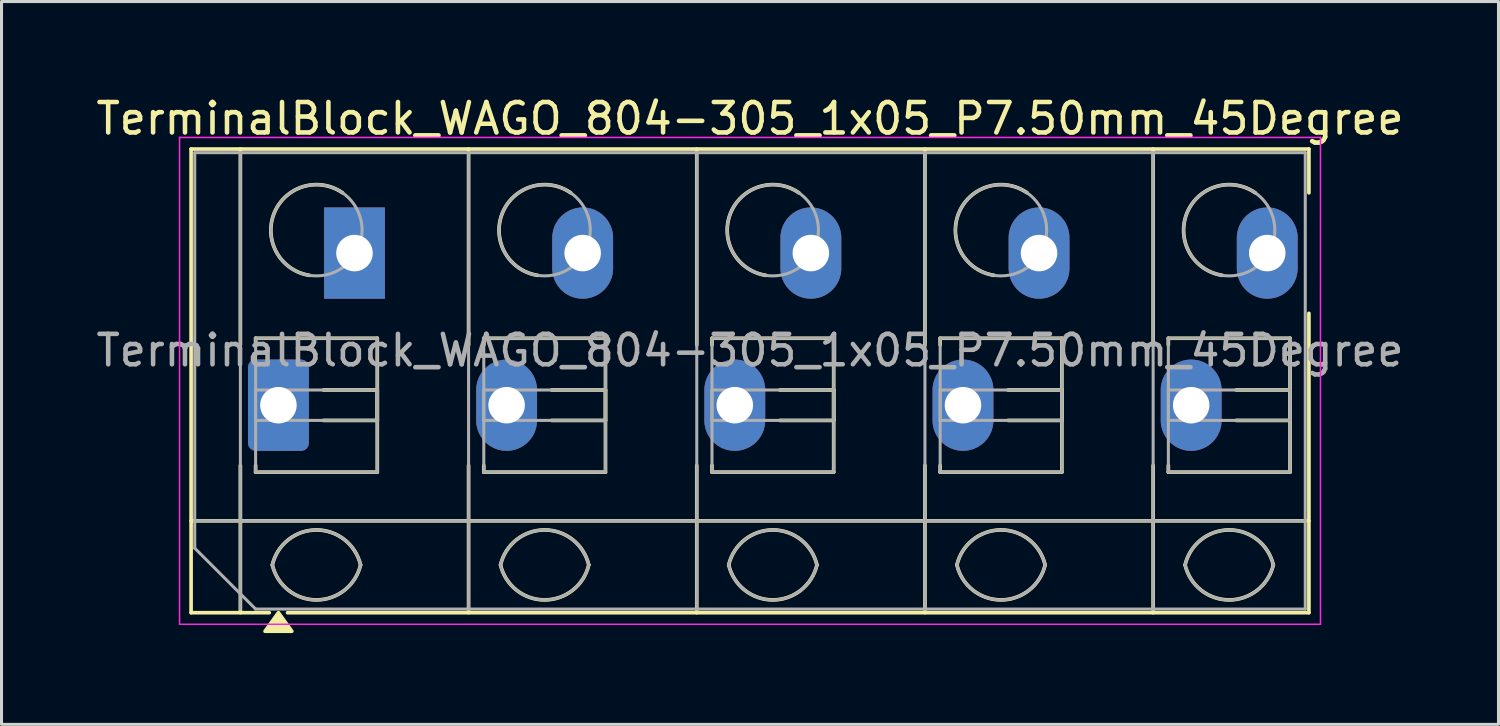
<source format=kicad_pcb>
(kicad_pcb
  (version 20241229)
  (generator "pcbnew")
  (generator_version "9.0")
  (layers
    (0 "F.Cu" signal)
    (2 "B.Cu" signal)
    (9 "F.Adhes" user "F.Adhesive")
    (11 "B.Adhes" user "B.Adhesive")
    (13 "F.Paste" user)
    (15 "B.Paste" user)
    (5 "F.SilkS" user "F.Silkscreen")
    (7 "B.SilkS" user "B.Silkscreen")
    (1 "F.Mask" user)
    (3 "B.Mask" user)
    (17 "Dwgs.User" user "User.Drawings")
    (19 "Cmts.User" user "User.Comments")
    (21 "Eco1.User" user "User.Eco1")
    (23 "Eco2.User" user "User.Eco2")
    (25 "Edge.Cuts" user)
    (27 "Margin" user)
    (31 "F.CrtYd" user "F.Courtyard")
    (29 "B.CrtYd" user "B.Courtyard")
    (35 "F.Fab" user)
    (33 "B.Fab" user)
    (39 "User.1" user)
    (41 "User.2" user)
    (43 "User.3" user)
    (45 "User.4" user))
  (footprint "TerminalBlock_WAGO_804-305_1x05_P7.50mm_45Degree"
    (layer "F.Cu")
    (at 6.101 10.268)
    (property "Reference" "TerminalBlock_WAGO_804-305_1x05_P7.50mm_45Degree" (at 15.5 -9.42 0) (layer "F.SilkS") (effects (font (size 1 1) (thickness 0.15))))
    (attr through_hole)
    (fp_line (start -2.87 -8.42) (end -2.87 6.82) (stroke (width 0.12) (type solid)) (layer "F.SilkS"))
    (fp_line (start -2.87 -8.42) (end 33.87 -8.42) (stroke (width 0.12) (type solid)) (layer "F.SilkS"))
    (fp_line (start -2.87 3.8) (end 33.87 3.8) (stroke (width 0.12) (type solid)) (layer "F.SilkS"))
    (fp_line (start -2.87 6.82) (end -0.3 6.82) (stroke (width 0.12) (type solid)) (layer "F.SilkS"))
    (fp_line (start -1.25 -8.42) (end -1.25 -1.98) (stroke (width 0.12) (type solid)) (layer "F.SilkS"))
    (fp_line (start -1.25 1.98) (end -1.25 6.82) (stroke (width 0.12) (type solid)) (layer "F.SilkS"))
    (fp_line (start -0.75 -2.2) (end -0.75 -1.98) (stroke (width 0.12) (type solid)) (layer "F.SilkS"))
    (fp_line (start -0.75 -2.2) (end 3.25 -2.2) (stroke (width 0.12) (type solid)) (layer "F.SilkS"))
    (fp_line (start -0.75 1.98) (end -0.75 2.2) (stroke (width 0.12) (type solid)) (layer "F.SilkS"))
    (fp_line (start -0.75 2.2) (end 3.25 2.2) (stroke (width 0.12) (type solid)) (layer "F.SilkS"))
    (fp_line (start 0.3 6.82) (end 33.87 6.82) (stroke (width 0.12) (type solid)) (layer "F.SilkS"))
    (fp_line (start 1.48 -0.5) (end 3.25 -0.5) (stroke (width 0.12) (type solid)) (layer "F.SilkS"))
    (fp_line (start 1.48 0.5) (end 3.25 0.5) (stroke (width 0.12) (type solid)) (layer "F.SilkS"))
    (fp_line (start 3.25 -2.2) (end 3.25 2.2) (stroke (width 0.12) (type solid)) (layer "F.SilkS"))
    (fp_line (start 3.25 -0.5) (end 3.25 0.5) (stroke (width 0.12) (type solid)) (layer "F.SilkS"))
    (fp_line (start 6.25 -8.42) (end 6.25 -1.98) (stroke (width 0.12) (type solid)) (layer "F.SilkS"))
    (fp_line (start 6.25 1.98) (end 6.25 6.82) (stroke (width 0.12) (type solid)) (layer "F.SilkS"))
    (fp_line (start 6.75 -2.2) (end 6.75 -1.98) (stroke (width 0.12) (type solid)) (layer "F.SilkS"))
    (fp_line (start 6.75 -2.2) (end 10.75 -2.2) (stroke (width 0.12) (type solid)) (layer "F.SilkS"))
    (fp_line (start 6.75 1.98) (end 6.75 2.2) (stroke (width 0.12) (type solid)) (layer "F.SilkS"))
    (fp_line (start 6.75 2.2) (end 10.75 2.2) (stroke (width 0.12) (type solid)) (layer "F.SilkS"))
    (fp_line (start 8.98 -0.5) (end 10.75 -0.5) (stroke (width 0.12) (type solid)) (layer "F.SilkS"))
    (fp_line (start 8.98 0.5) (end 10.75 0.5) (stroke (width 0.12) (type solid)) (layer "F.SilkS"))
    (fp_line (start 10.75 -2.2) (end 10.75 2.2) (stroke (width 0.12) (type solid)) (layer "F.SilkS"))
    (fp_line (start 10.75 -0.5) (end 10.75 0.5) (stroke (width 0.12) (type solid)) (layer "F.SilkS"))
    (fp_line (start 13.75 -8.42) (end 13.75 -1.98) (stroke (width 0.12) (type solid)) (layer "F.SilkS"))
    (fp_line (start 13.75 1.98) (end 13.75 6.82) (stroke (width 0.12) (type solid)) (layer "F.SilkS"))
    (fp_line (start 14.25 -2.2) (end 14.25 -1.98) (stroke (width 0.12) (type solid)) (layer "F.SilkS"))
    (fp_line (start 14.25 -2.2) (end 18.25 -2.2) (stroke (width 0.12) (type solid)) (layer "F.SilkS"))
    (fp_line (start 14.25 1.98) (end 14.25 2.2) (stroke (width 0.12) (type solid)) (layer "F.SilkS"))
    (fp_line (start 14.25 2.2) (end 18.25 2.2) (stroke (width 0.12) (type solid)) (layer "F.SilkS"))
    (fp_line (start 16.48 -0.5) (end 18.25 -0.5) (stroke (width 0.12) (type solid)) (layer "F.SilkS"))
    (fp_line (start 16.48 0.5) (end 18.25 0.5) (stroke (width 0.12) (type solid)) (layer "F.SilkS"))
    (fp_line (start 18.25 -2.2) (end 18.25 2.2) (stroke (width 0.12) (type solid)) (layer "F.SilkS"))
    (fp_line (start 18.25 -0.5) (end 18.25 0.5) (stroke (width 0.12) (type solid)) (layer "F.SilkS"))
    (fp_line (start 21.25 -8.42) (end 21.25 -1.98) (stroke (width 0.12) (type solid)) (layer "F.SilkS"))
    (fp_line (start 21.25 1.98) (end 21.25 6.82) (stroke (width 0.12) (type solid)) (layer "F.SilkS"))
    (fp_line (start 21.75 -2.2) (end 21.75 -1.98) (stroke (width 0.12) (type solid)) (layer "F.SilkS"))
    (fp_line (start 21.75 -2.2) (end 25.75 -2.2) (stroke (width 0.12) (type solid)) (layer "F.SilkS"))
    (fp_line (start 21.75 1.98) (end 21.75 2.2) (stroke (width 0.12) (type solid)) (layer "F.SilkS"))
    (fp_line (start 21.75 2.2) (end 25.75 2.2) (stroke (width 0.12) (type solid)) (layer "F.SilkS"))
    (fp_line (start 23.98 -0.5) (end 25.75 -0.5) (stroke (width 0.12) (type solid)) (layer "F.SilkS"))
    (fp_line (start 23.98 0.5) (end 25.75 0.5) (stroke (width 0.12) (type solid)) (layer "F.SilkS"))
    (fp_line (start 25.75 -2.2) (end 25.75 2.2) (stroke (width 0.12) (type solid)) (layer "F.SilkS"))
    (fp_line (start 25.75 -0.5) (end 25.75 0.5) (stroke (width 0.12) (type solid)) (layer "F.SilkS"))
    (fp_line (start 28.75 -8.42) (end 28.75 -1.98) (stroke (width 0.12) (type solid)) (layer "F.SilkS"))
    (fp_line (start 28.75 1.98) (end 28.75 6.82) (stroke (width 0.12) (type solid)) (layer "F.SilkS"))
    (fp_line (start 29.25 -2.2) (end 29.25 -1.98) (stroke (width 0.12) (type solid)) (layer "F.SilkS"))
    (fp_line (start 29.25 -2.2) (end 33.25 -2.2) (stroke (width 0.12) (type solid)) (layer "F.SilkS"))
    (fp_line (start 29.25 1.98) (end 29.25 2.2) (stroke (width 0.12) (type solid)) (layer "F.SilkS"))
    (fp_line (start 29.25 2.2) (end 33.25 2.2) (stroke (width 0.12) (type solid)) (layer "F.SilkS"))
    (fp_line (start 31.48 -0.5) (end 33.25 -0.5) (stroke (width 0.12) (type solid)) (layer "F.SilkS"))
    (fp_line (start 31.48 0.5) (end 33.25 0.5) (stroke (width 0.12) (type solid)) (layer "F.SilkS"))
    (fp_line (start 33.25 -2.2) (end 33.25 2.2) (stroke (width 0.12) (type solid)) (layer "F.SilkS"))
    (fp_line (start 33.25 -0.5) (end 33.25 0.5) (stroke (width 0.12) (type solid)) (layer "F.SilkS"))
    (fp_line (start 33.87 -8.42) (end 33.87 -6.98) (stroke (width 0.12) (type solid)) (layer "F.SilkS"))
    (fp_line (start 33.87 -3.02) (end 33.87 6.82) (stroke (width 0.12) (type solid)) (layer "F.SilkS"))
    (fp_arc (start -0.199942 5.249753) (mid 1.250127 4.099899) (end 2.7 5.25) (stroke (width 0.12) (type solid)) (layer "F.SilkS"))
    (fp_arc (start 1.02 -4.268) (mid -0.141815 -6.308637) (end 2.10843 -6.979765) (stroke (width 0.12) (type solid)) (layer "F.SilkS"))
    (fp_arc (start 2.7 5.25) (mid 1.250127 6.400101) (end -0.199942 5.250247) (stroke (width 0.12) (type solid)) (layer "F.SilkS"))
    (fp_arc (start 7.300058 5.249753) (mid 8.750127 4.099899) (end 10.2 5.25) (stroke (width 0.12) (type solid)) (layer "F.SilkS"))
    (fp_arc (start 8.52 -4.268) (mid 7.358185 -6.308637) (end 9.60843 -6.979765) (stroke (width 0.12) (type solid)) (layer "F.SilkS"))
    (fp_arc (start 10.2 5.25) (mid 8.750127 6.400101) (end 7.300058 5.250247) (stroke (width 0.12) (type solid)) (layer "F.SilkS"))
    (fp_arc (start 14.800058 5.249753) (mid 16.250127 4.099899) (end 17.7 5.25) (stroke (width 0.12) (type solid)) (layer "F.SilkS"))
    (fp_arc (start 16.02 -4.268) (mid 14.858185 -6.308637) (end 17.10843 -6.979765) (stroke (width 0.12) (type solid)) (layer "F.SilkS"))
    (fp_arc (start 17.7 5.25) (mid 16.250127 6.400101) (end 14.800058 5.250247) (stroke (width 0.12) (type solid)) (layer "F.SilkS"))
    (fp_arc (start 22.300058 5.249753) (mid 23.750127 4.099899) (end 25.2 5.25) (stroke (width 0.12) (type solid)) (layer "F.SilkS"))
    (fp_arc (start 23.52 -4.268) (mid 22.358185 -6.308637) (end 24.60843 -6.979765) (stroke (width 0.12) (type solid)) (layer "F.SilkS"))
    (fp_arc (start 25.2 5.25) (mid 23.750127 6.400101) (end 22.300058 5.250247) (stroke (width 0.12) (type solid)) (layer "F.SilkS"))
    (fp_arc (start 29.800058 5.249753) (mid 31.250127 4.099899) (end 32.7 5.25) (stroke (width 0.12) (type solid)) (layer "F.SilkS"))
    (fp_arc (start 31.02 -4.268) (mid 29.858185 -6.308637) (end 32.10843 -6.979765) (stroke (width 0.12) (type solid)) (layer "F.SilkS"))
    (fp_arc (start 32.7 5.25) (mid 31.250127 6.400101) (end 29.800058 5.250247) (stroke (width 0.12) (type solid)) (layer "F.SilkS"))
    (fp_poly (pts (xy 0 6.82) (xy 0.44 7.43) (xy -0.44 7.43)) (stroke (width 0.12) (type solid)) (fill yes) (layer "F.SilkS"))
    (fp_line (start -3.25 -8.8) (end -3.25 7.2) (stroke (width 0.05) (type solid)) (layer "F.CrtYd"))
    (fp_line (start -3.25 7.2) (end 34.25 7.2) (stroke (width 0.05) (type solid)) (layer "F.CrtYd"))
    (fp_line (start 34.25 -8.8) (end -3.25 -8.8) (stroke (width 0.05) (type solid)) (layer "F.CrtYd"))
    (fp_line (start 34.25 7.2) (end 34.25 -8.8) (stroke (width 0.05) (type solid)) (layer "F.CrtYd"))
    (fp_line (start -2.75 -8.3) (end 33.75 -8.3) (stroke (width 0.1) (type solid)) (layer "F.Fab"))
    (fp_line (start -2.75 3.8) (end 33.75 3.8) (stroke (width 0.1) (type solid)) (layer "F.Fab"))
    (fp_line (start -2.75 4.7) (end -2.75 -8.3) (stroke (width 0.1) (type solid)) (layer "F.Fab"))
    (fp_line (start -1.25 -8.3) (end -1.25 6.7) (stroke (width 0.1) (type solid)) (layer "F.Fab"))
    (fp_line (start -0.75 -2.2) (end -0.75 2.2) (stroke (width 0.1) (type solid)) (layer "F.Fab"))
    (fp_line (start -0.75 -0.5) (end -0.75 0.5) (stroke (width 0.1) (type solid)) (layer "F.Fab"))
    (fp_line (start -0.75 0.5) (end 3.25 0.5) (stroke (width 0.1) (type solid)) (layer "F.Fab"))
    (fp_line (start -0.75 2.2) (end 3.25 2.2) (stroke (width 0.1) (type solid)) (layer "F.Fab"))
    (fp_line (start -0.75 6.7) (end -2.75 4.7) (stroke (width 0.1) (type solid)) (layer "F.Fab"))
    (fp_line (start 3.25 -2.2) (end -0.75 -2.2) (stroke (width 0.1) (type solid)) (layer "F.Fab"))
    (fp_line (start 3.25 -0.5) (end -0.75 -0.5) (stroke (width 0.1) (type solid)) (layer "F.Fab"))
    (fp_line (start 3.25 0.5) (end 3.25 -0.5) (stroke (width 0.1) (type solid)) (layer "F.Fab"))
    (fp_line (start 3.25 2.2) (end 3.25 -2.2) (stroke (width 0.1) (type solid)) (layer "F.Fab"))
    (fp_line (start 6.25 -8.3) (end 6.25 6.7) (stroke (width 0.1) (type solid)) (layer "F.Fab"))
    (fp_line (start 6.75 -2.2) (end 6.75 2.2) (stroke (width 0.1) (type solid)) (layer "F.Fab"))
    (fp_line (start 6.75 -0.5) (end 6.75 0.5) (stroke (width 0.1) (type solid)) (layer "F.Fab"))
    (fp_line (start 6.75 0.5) (end 10.75 0.5) (stroke (width 0.1) (type solid)) (layer "F.Fab"))
    (fp_line (start 6.75 2.2) (end 10.75 2.2) (stroke (width 0.1) (type solid)) (layer "F.Fab"))
    (fp_line (start 10.75 -2.2) (end 6.75 -2.2) (stroke (width 0.1) (type solid)) (layer "F.Fab"))
    (fp_line (start 10.75 -0.5) (end 6.75 -0.5) (stroke (width 0.1) (type solid)) (layer "F.Fab"))
    (fp_line (start 10.75 0.5) (end 10.75 -0.5) (stroke (width 0.1) (type solid)) (layer "F.Fab"))
    (fp_line (start 10.75 2.2) (end 10.75 -2.2) (stroke (width 0.1) (type solid)) (layer "F.Fab"))
    (fp_line (start 13.75 -8.3) (end 13.75 6.7) (stroke (width 0.1) (type solid)) (layer "F.Fab"))
    (fp_line (start 14.25 -2.2) (end 14.25 2.2) (stroke (width 0.1) (type solid)) (layer "F.Fab"))
    (fp_line (start 14.25 -0.5) (end 14.25 0.5) (stroke (width 0.1) (type solid)) (layer "F.Fab"))
    (fp_line (start 14.25 0.5) (end 18.25 0.5) (stroke (width 0.1) (type solid)) (layer "F.Fab"))
    (fp_line (start 14.25 2.2) (end 18.25 2.2) (stroke (width 0.1) (type solid)) (layer "F.Fab"))
    (fp_line (start 18.25 -2.2) (end 14.25 -2.2) (stroke (width 0.1) (type solid)) (layer "F.Fab"))
    (fp_line (start 18.25 -0.5) (end 14.25 -0.5) (stroke (width 0.1) (type solid)) (layer "F.Fab"))
    (fp_line (start 18.25 0.5) (end 18.25 -0.5) (stroke (width 0.1) (type solid)) (layer "F.Fab"))
    (fp_line (start 18.25 2.2) (end 18.25 -2.2) (stroke (width 0.1) (type solid)) (layer "F.Fab"))
    (fp_line (start 21.25 -8.3) (end 21.25 6.7) (stroke (width 0.1) (type solid)) (layer "F.Fab"))
    (fp_line (start 21.75 -2.2) (end 21.75 2.2) (stroke (width 0.1) (type solid)) (layer "F.Fab"))
    (fp_line (start 21.75 -0.5) (end 21.75 0.5) (stroke (width 0.1) (type solid)) (layer "F.Fab"))
    (fp_line (start 21.75 0.5) (end 25.75 0.5) (stroke (width 0.1) (type solid)) (layer "F.Fab"))
    (fp_line (start 21.75 2.2) (end 25.75 2.2) (stroke (width 0.1) (type solid)) (layer "F.Fab"))
    (fp_line (start 25.75 -2.2) (end 21.75 -2.2) (stroke (width 0.1) (type solid)) (layer "F.Fab"))
    (fp_line (start 25.75 -0.5) (end 21.75 -0.5) (stroke (width 0.1) (type solid)) (layer "F.Fab"))
    (fp_line (start 25.75 0.5) (end 25.75 -0.5) (stroke (width 0.1) (type solid)) (layer "F.Fab"))
    (fp_line (start 25.75 2.2) (end 25.75 -2.2) (stroke (width 0.1) (type solid)) (layer "F.Fab"))
    (fp_line (start 28.75 -8.3) (end 28.75 6.7) (stroke (width 0.1) (type solid)) (layer "F.Fab"))
    (fp_line (start 29.25 -2.2) (end 29.25 2.2) (stroke (width 0.1) (type solid)) (layer "F.Fab"))
    (fp_line (start 29.25 -0.5) (end 29.25 0.5) (stroke (width 0.1) (type solid)) (layer "F.Fab"))
    (fp_line (start 29.25 0.5) (end 33.25 0.5) (stroke (width 0.1) (type solid)) (layer "F.Fab"))
    (fp_line (start 29.25 2.2) (end 33.25 2.2) (stroke (width 0.1) (type solid)) (layer "F.Fab"))
    (fp_line (start 33.25 -2.2) (end 29.25 -2.2) (stroke (width 0.1) (type solid)) (layer "F.Fab"))
    (fp_line (start 33.25 -0.5) (end 29.25 -0.5) (stroke (width 0.1) (type solid)) (layer "F.Fab"))
    (fp_line (start 33.25 0.5) (end 33.25 -0.5) (stroke (width 0.1) (type solid)) (layer "F.Fab"))
    (fp_line (start 33.25 2.2) (end 33.25 -2.2) (stroke (width 0.1) (type solid)) (layer "F.Fab"))
    (fp_line (start 33.75 -8.3) (end 33.75 6.7) (stroke (width 0.1) (type solid)) (layer "F.Fab"))
    (fp_line (start 33.75 6.7) (end -0.75 6.7) (stroke (width 0.1) (type solid)) (layer "F.Fab"))
    (fp_arc (start -0.200386 5.251649) (mid 1.249153 4.100672) (end 2.7 5.25) (stroke (width 0.1) (type solid)) (layer "F.Fab"))
    (fp_arc (start 2.7 5.25) (mid 1.250127 6.400101) (end -0.199942 5.250247) (stroke (width 0.1) (type solid)) (layer "F.Fab"))
    (fp_arc (start 7.299614 5.251649) (mid 8.749153 4.100672) (end 10.2 5.25) (stroke (width 0.1) (type solid)) (layer "F.Fab"))
    (fp_arc (start 10.2 5.25) (mid 8.750127 6.400101) (end 7.300058 5.250247) (stroke (width 0.1) (type solid)) (layer "F.Fab"))
    (fp_arc (start 14.799614 5.251649) (mid 16.249153 4.100672) (end 17.7 5.25) (stroke (width 0.1) (type solid)) (layer "F.Fab"))
    (fp_arc (start 17.7 5.25) (mid 16.250127 6.400101) (end 14.800058 5.250247) (stroke (width 0.1) (type solid)) (layer "F.Fab"))
    (fp_arc (start 22.299614 5.251649) (mid 23.749153 4.100672) (end 25.2 5.25) (stroke (width 0.1) (type solid)) (layer "F.Fab"))
    (fp_arc (start 25.2 5.25) (mid 23.750127 6.400101) (end 22.300058 5.250247) (stroke (width 0.1) (type solid)) (layer "F.Fab"))
    (fp_arc (start 29.798718 5.251205) (mid 31.249381 4.099698) (end 32.701 5.25) (stroke (width 0.1) (type solid)) (layer "F.Fab"))
    (fp_arc (start 32.701 5.25) (mid 31.250355 6.401074) (end 29.799162 5.250691) (stroke (width 0.1) (type solid)) (layer "F.Fab"))
    (fp_circle (center 1.25 -5.75) (end 2.75 -5.75) (stroke (width 0.1) (type solid)) (fill no) (layer "F.Fab"))
    (fp_circle (center 8.75 -5.75) (end 10.25 -5.75) (stroke (width 0.1) (type solid)) (fill no) (layer "F.Fab"))
    (fp_circle (center 16.25 -5.75) (end 17.75 -5.75) (stroke (width 0.1) (type solid)) (fill no) (layer "F.Fab"))
    (fp_circle (center 23.75 -5.75) (end 25.25 -5.75) (stroke (width 0.1) (type solid)) (fill no) (layer "F.Fab"))
    (fp_circle (center 31.25 -5.75) (end 32.75 -5.75) (stroke (width 0.1) (type solid)) (fill no) (layer "F.Fab"))
    (fp_text user "${REFERENCE}" (at 15.5 -1.8 0) (layer "F.Fab") (effects (font (size 1 1) (thickness 0.15))))
    (pad "1" thru_hole roundrect (at 0 0) (size 2 3) (drill 1.2) (layers "*.Cu" "*.Mask") (roundrect_rratio 0.125))
    (pad "1" thru_hole rect (at 2.5 -5) (size 2 3) (drill 1.2) (layers "*.Cu" "*.Mask"))
    (pad "2" thru_hole oval (at 7.5 0) (size 2 3) (drill 1.2) (layers "*.Cu" "*.Mask"))
    (pad "2" thru_hole oval (at 10 -5) (size 2 3) (drill 1.2) (layers "*.Cu" "*.Mask"))
    (pad "3" thru_hole oval (at 15 0) (size 2 3) (drill 1.2) (layers "*.Cu" "*.Mask"))
    (pad "3" thru_hole oval (at 17.5 -5) (size 2 3) (drill 1.2) (layers "*.Cu" "*.Mask"))
    (pad "4" thru_hole oval (at 22.5 0) (size 2 3) (drill 1.2) (layers "*.Cu" "*.Mask"))
    (pad "4" thru_hole oval (at 25 -5) (size 2 3) (drill 1.2) (layers "*.Cu" "*.Mask"))
    (pad "5" thru_hole oval (at 30 0) (size 2 3) (drill 1.2) (layers "*.Cu" "*.Mask"))
    (pad "5" thru_hole oval (at 32.5 -5) (size 2 3) (drill 1.2) (layers "*.Cu" "*.Mask")))
  (gr_rect
    (start -3 -3)
    (end 46.202 20.758)
    (stroke (width 0.1) (type default))
    (fill no)
    (layer "Edge.Cuts")))
</source>
